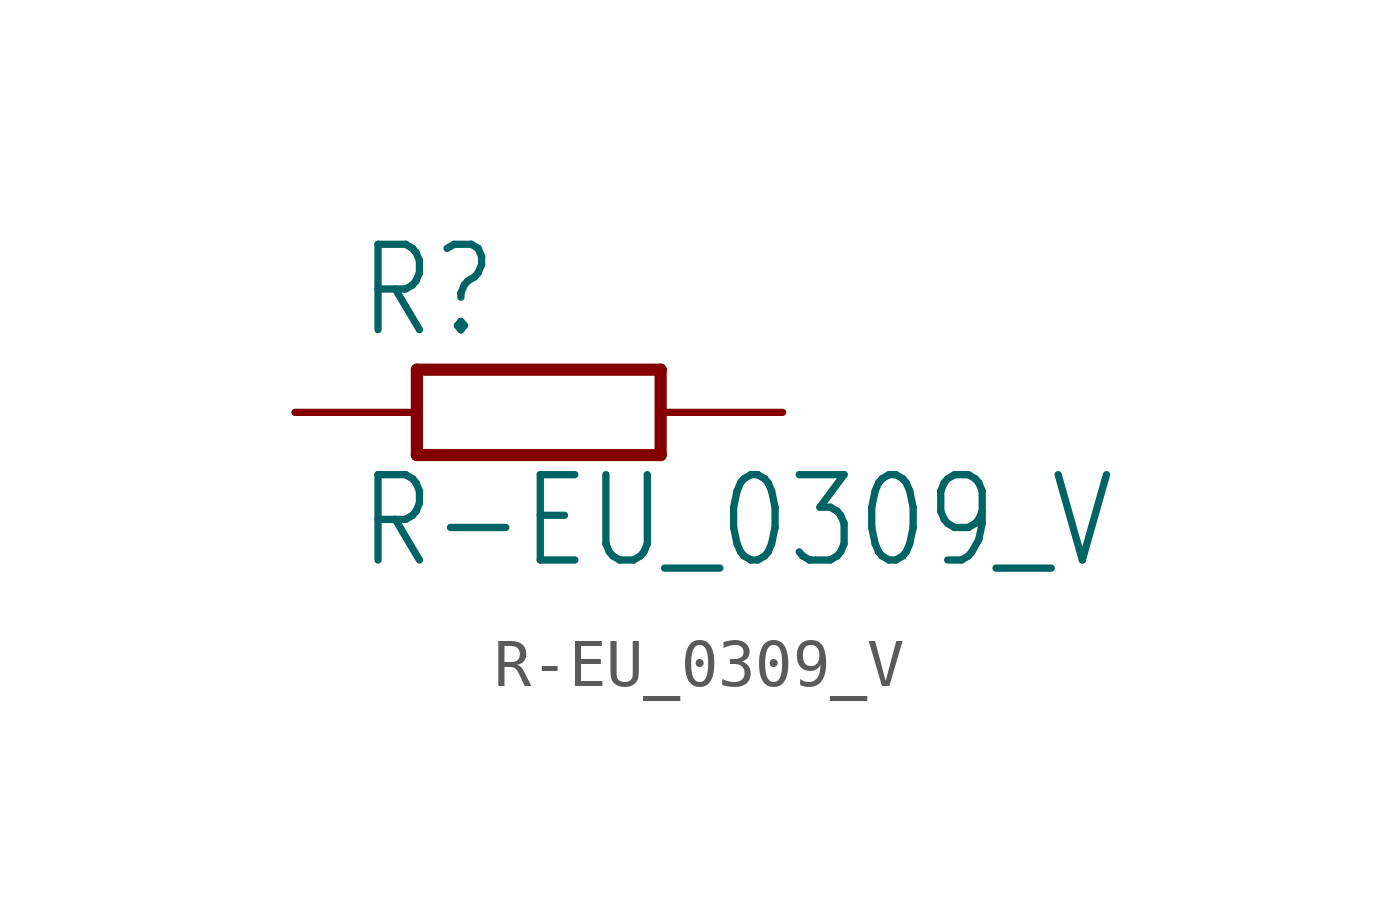
<source format=kicad_sym>
(kicad_symbol_lib
  (version 20201005)
  (generator kicad_symbol_editor)
  (symbol "R-EU_0309_V"
    (property "Reference" "R"
      (at -3.81 1.499 0)
      (effects (font (size 1.778 1.511)) (justify left bottom)))
    (property "Value" "R-EU_0309_V"
      (at -3.81 -3.302 0)
      (effects (font (size 1.778 1.511)) (justify left bottom)))
    (property "ki_locked" ""
      (at 0 0 0)
      (effects (font (size 1.27 1.27))))
    (symbol "R-EU_0309_V_1_0"
      (polyline (pts (xy -2.54 -0.889) (xy 2.54 -0.889)) (stroke (width 0.254)) (fill (type none)))
      (polyline (pts (xy 2.54 0.889) (xy -2.54 0.889)) (stroke (width 0.254)) (fill (type none)))
      (polyline (pts (xy 2.54 -0.889) (xy 2.54 0.889)) (stroke (width 0.254)) (fill (type none)))
      (polyline (pts (xy -2.54 -0.889) (xy -2.54 0.889)) (stroke (width 0.254)) (fill (type none)))
      (pin passive line (at 5.08 0 180) (length 2.54) (name "2" (effects (font (size 0 0)))) (number "2" (effects (font (size 0 0)))))
      (pin passive line (at -5.08 0 0) (length 2.54) (name "1" (effects (font (size 0 0)))) (number "1" (effects (font (size 0 0))))))))
</source>
